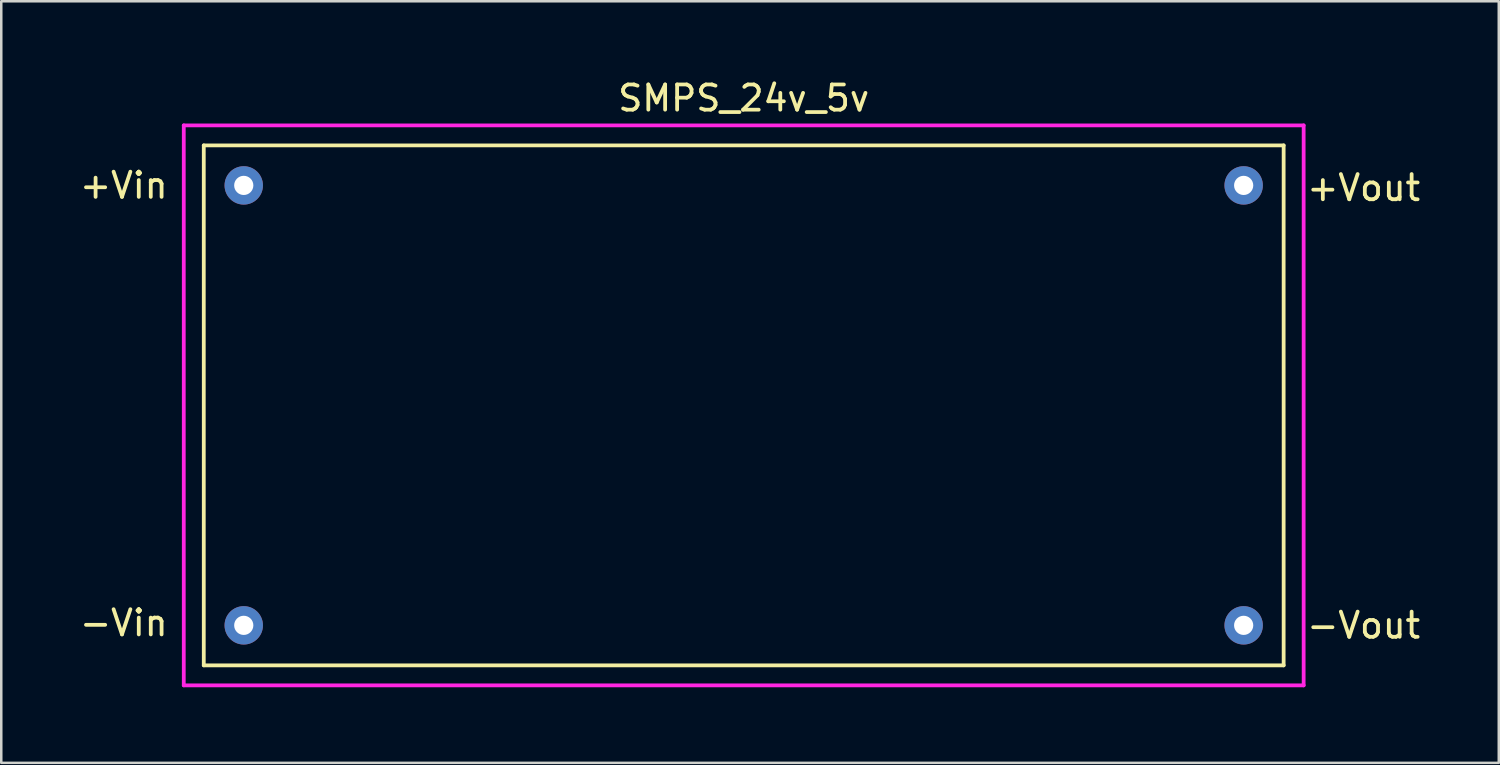
<source format=kicad_pcb>
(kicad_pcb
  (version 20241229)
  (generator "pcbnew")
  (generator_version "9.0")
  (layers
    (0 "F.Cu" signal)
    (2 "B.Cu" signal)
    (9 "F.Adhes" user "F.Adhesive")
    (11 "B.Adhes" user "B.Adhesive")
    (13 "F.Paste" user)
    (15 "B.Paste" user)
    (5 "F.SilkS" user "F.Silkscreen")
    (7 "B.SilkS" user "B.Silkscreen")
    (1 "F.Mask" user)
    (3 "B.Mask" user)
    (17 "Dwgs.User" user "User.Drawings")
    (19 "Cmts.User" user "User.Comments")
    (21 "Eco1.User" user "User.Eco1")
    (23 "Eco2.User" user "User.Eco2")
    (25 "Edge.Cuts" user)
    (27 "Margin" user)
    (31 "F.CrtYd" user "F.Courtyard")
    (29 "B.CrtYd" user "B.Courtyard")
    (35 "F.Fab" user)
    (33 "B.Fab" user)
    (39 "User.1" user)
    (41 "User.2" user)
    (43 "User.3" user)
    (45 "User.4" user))
  (footprint "SMPS_24v_5v"
    (layer "F.Cu")
    (at 26.469 13.04)
    (property "Reference" "SMPS_24v_5v" (at 0 -12.192 0) (layer "F.SilkS") (effects (font (size 1 1) (thickness 0.15))))
    (attr through_hole)
    (fp_line (start -21.431 -10.319) (end -21.431 10.319) (stroke (width 0.15) (type solid)) (layer "F.SilkS"))
    (fp_line (start -21.431 -10.319) (end 21.431 -10.319) (stroke (width 0.15) (type solid)) (layer "F.SilkS"))
    (fp_line (start -21.431 10.319) (end 21.431 10.319) (stroke (width 0.15) (type solid)) (layer "F.SilkS"))
    (fp_line (start 21.431 -10.319) (end 21.431 10.319) (stroke (width 0.15) (type solid)) (layer "F.SilkS"))
    (fp_line (start -22.225 -11.113) (end 22.225 -11.113) (stroke (width 0.15) (type solid)) (layer "F.CrtYd"))
    (fp_line (start -22.225 11.113) (end -22.225 -11.113) (stroke (width 0.15) (type solid)) (layer "F.CrtYd"))
    (fp_line (start 22.225 -11.113) (end 22.225 11.113) (stroke (width 0.15) (type solid)) (layer "F.CrtYd"))
    (fp_line (start 22.225 11.113) (end -22.225 11.113) (stroke (width 0.15) (type solid)) (layer "F.CrtYd"))
    (fp_text user "-Vout" (at 24.606 8.731 0) (layer "F.SilkS") (effects (font (size 1 1) (thickness 0.15))))
    (fp_text user "-Vin" (at -24.606 8.636 0) (layer "F.SilkS") (effects (font (size 1 1) (thickness 0.15))))
    (fp_text user "+Vout" (at 24.606 -8.636 0) (layer "F.SilkS") (effects (font (size 1 1) (thickness 0.15))))
    (fp_text user "+Vin" (at -24.606 -8.731 0) (layer "F.SilkS") (effects (font (size 1 1) (thickness 0.15))))
    (pad "1" thru_hole circle (at -19.844 8.731) (size 1.524 1.524) (drill 0.762) (layers "*.Cu" "*.Mask"))
    (pad "2" thru_hole circle (at 19.844 8.731) (size 1.524 1.524) (drill 0.762) (layers "*.Cu" "*.Mask"))
    (pad "3" thru_hole circle (at 19.844 -8.731) (size 1.524 1.524) (drill 0.762) (layers "*.Cu" "*.Mask"))
    (pad "4" thru_hole circle (at -19.844 -8.731) (size 1.524 1.524) (drill 0.762) (layers "*.Cu" "*.Mask")))
  (gr_rect
    (start -3 -3)
    (end 56.439 27.228)
    (stroke (width 0.1) (type default))
    (fill no)
    (layer "Edge.Cuts")))
</source>
